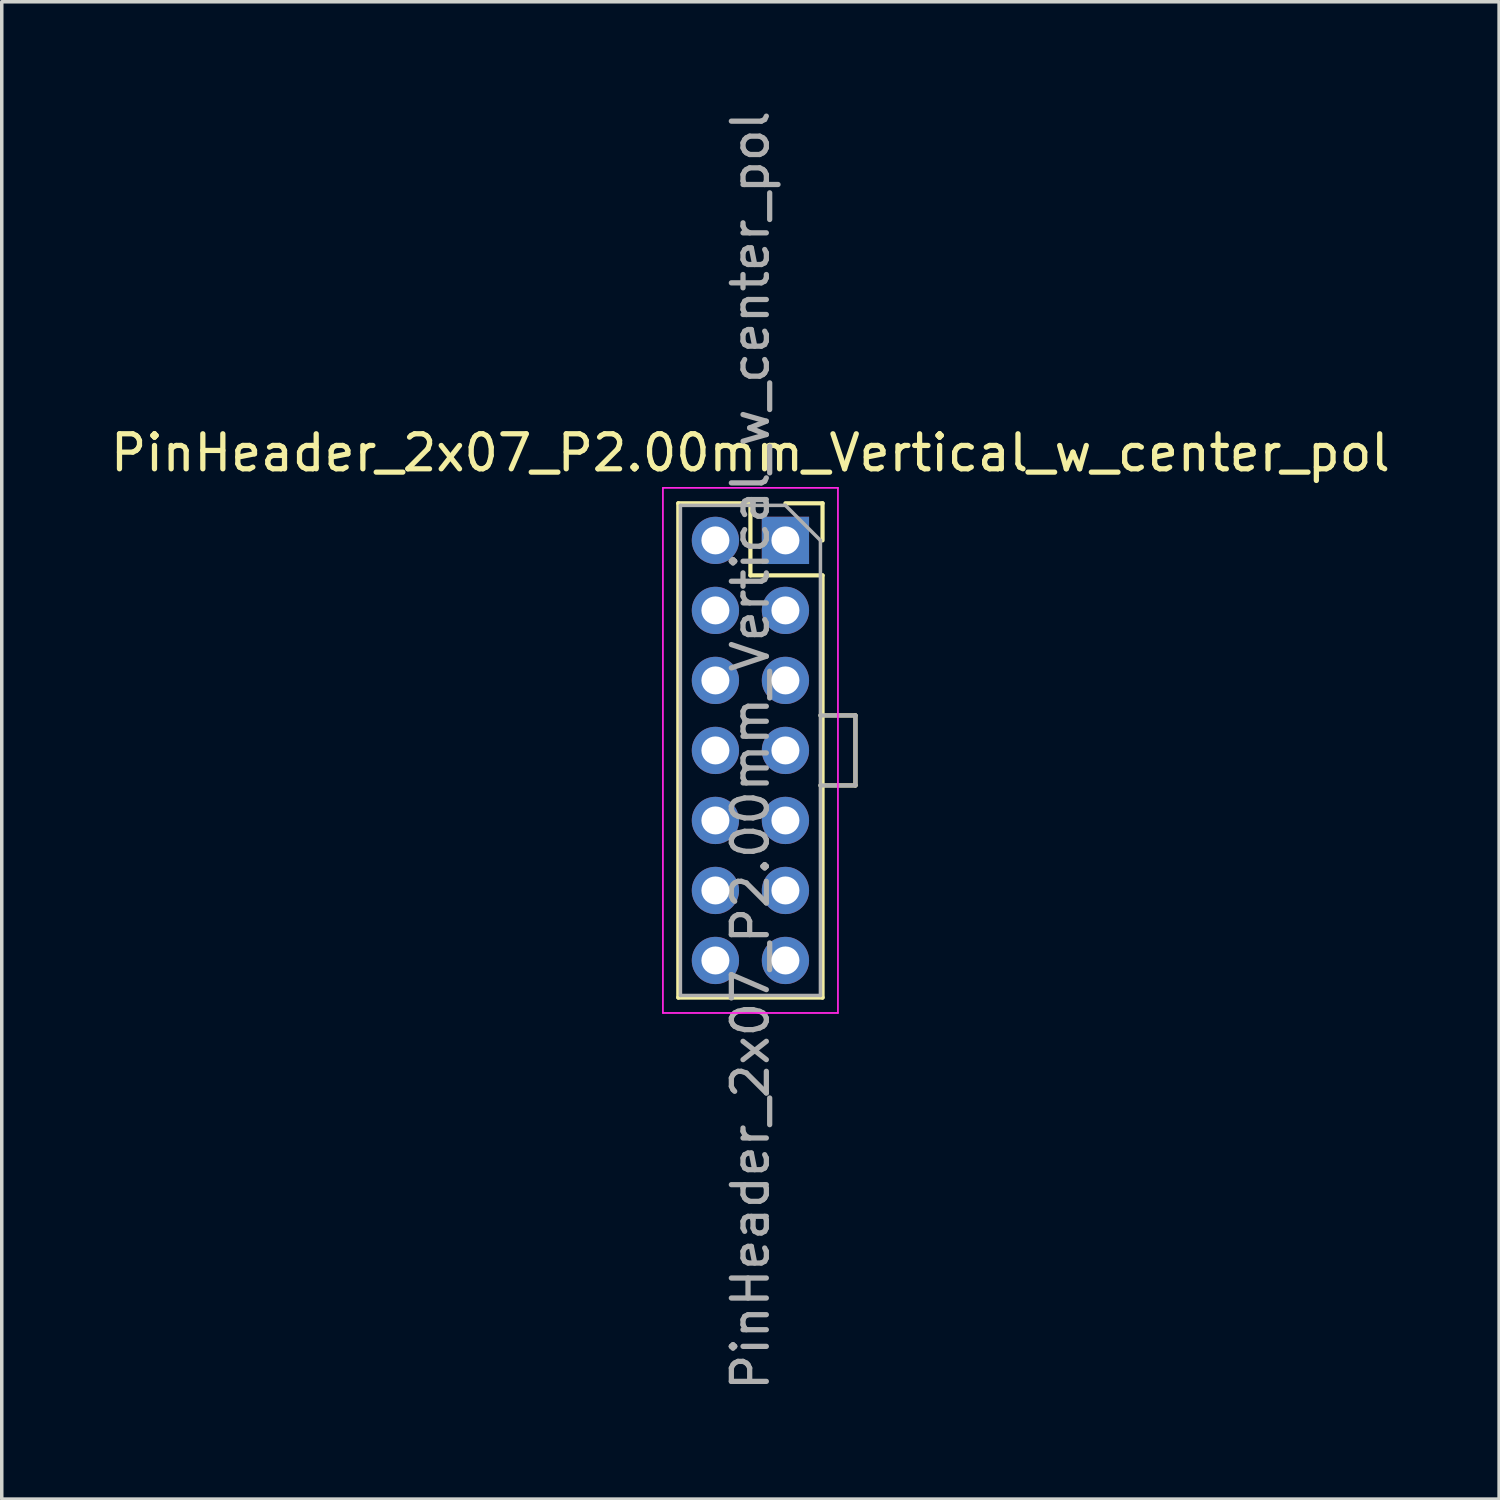
<source format=kicad_pcb>
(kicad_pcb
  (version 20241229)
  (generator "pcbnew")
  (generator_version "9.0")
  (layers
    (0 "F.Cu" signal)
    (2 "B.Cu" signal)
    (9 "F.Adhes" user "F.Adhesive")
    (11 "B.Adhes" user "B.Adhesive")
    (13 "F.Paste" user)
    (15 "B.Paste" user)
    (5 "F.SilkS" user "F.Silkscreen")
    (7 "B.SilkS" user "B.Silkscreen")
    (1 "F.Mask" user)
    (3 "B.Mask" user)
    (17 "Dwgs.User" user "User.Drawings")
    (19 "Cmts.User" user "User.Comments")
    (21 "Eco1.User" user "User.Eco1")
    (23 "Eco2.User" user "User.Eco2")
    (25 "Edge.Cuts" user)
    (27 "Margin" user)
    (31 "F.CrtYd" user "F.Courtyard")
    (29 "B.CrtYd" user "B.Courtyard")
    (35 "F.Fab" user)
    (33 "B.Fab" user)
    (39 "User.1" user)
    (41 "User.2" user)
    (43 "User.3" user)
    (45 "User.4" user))
  (footprint "PinHeader_2x07_P2.00mm_Vertical_w_center_pol"
    (layer "F.Cu")
    (at 19.387 12.387)
    (property "Reference" "PinHeader_2x07_P2.00mm_Vertical_w_center_pol" (at -1 -2.5 0) (layer "F.SilkS") (effects (font (size 1 1) (thickness 0.15))))
    (attr through_hole)
    (fp_line (start -3.06 -1.06) (end -3.06 13.06) (stroke (width 0.12) (type solid)) (layer "F.SilkS"))
    (fp_line (start -3.06 -1.06) (end -1 -1.06) (stroke (width 0.12) (type solid)) (layer "F.SilkS"))
    (fp_line (start -3.06 13.06) (end 1.06 13.06) (stroke (width 0.12) (type solid)) (layer "F.SilkS"))
    (fp_line (start -1 -1.06) (end -1 1) (stroke (width 0.12) (type solid)) (layer "F.SilkS"))
    (fp_line (start -1 1) (end 1.06 1) (stroke (width 0.12) (type solid)) (layer "F.SilkS"))
    (fp_line (start 0 -1.06) (end 1.06 -1.06) (stroke (width 0.12) (type solid)) (layer "F.SilkS"))
    (fp_line (start 1 5) (end 2 5) (stroke (width 0.12) (type solid)) (layer "F.SilkS"))
    (fp_line (start 1.06 -1.06) (end 1.06 0) (stroke (width 0.12) (type solid)) (layer "F.SilkS"))
    (fp_line (start 1.06 1) (end 1.06 13.06) (stroke (width 0.12) (type solid)) (layer "F.SilkS"))
    (fp_line (start 2 5) (end 2 7) (stroke (width 0.12) (type solid)) (layer "F.SilkS"))
    (fp_line (start 2 7) (end 1 7) (stroke (width 0.12) (type solid)) (layer "F.SilkS"))
    (fp_line (start -3.5 -1.5) (end 1.5 -1.5) (stroke (width 0.05) (type solid)) (layer "F.CrtYd"))
    (fp_line (start -3.5 13.5) (end -3.5 -1.5) (stroke (width 0.05) (type solid)) (layer "F.CrtYd"))
    (fp_line (start 1.5 -1.5) (end 1.5 13.5) (stroke (width 0.05) (type solid)) (layer "F.CrtYd"))
    (fp_line (start 1.5 13.5) (end -3.5 13.5) (stroke (width 0.05) (type solid)) (layer "F.CrtYd"))
    (fp_line (start -3 -1) (end 0 -1) (stroke (width 0.1) (type solid)) (layer "F.Fab"))
    (fp_line (start -3 13) (end -3 -1) (stroke (width 0.1) (type solid)) (layer "F.Fab"))
    (fp_line (start 0 -1) (end 1 0) (stroke (width 0.1) (type solid)) (layer "F.Fab"))
    (fp_line (start 1 0) (end 1 13) (stroke (width 0.1) (type solid)) (layer "F.Fab"))
    (fp_line (start 1 5) (end 2 5) (stroke (width 0.12) (type solid)) (layer "F.Fab"))
    (fp_line (start 1 13) (end -3 13) (stroke (width 0.1) (type solid)) (layer "F.Fab"))
    (fp_line (start 2 5) (end 2 7) (stroke (width 0.12) (type solid)) (layer "F.Fab"))
    (fp_line (start 2 7) (end 1 7) (stroke (width 0.12) (type solid)) (layer "F.Fab"))
    (fp_text user "${REFERENCE}" (at -1 6 90) (layer "F.Fab") (effects (font (size 1 1) (thickness 0.15))))
    (pad "1" thru_hole rect (at 0 0) (size 1.35 1.35) (drill 0.8) (layers "*.Cu" "*.Mask"))
    (pad "2" thru_hole oval (at -2 0) (size 1.35 1.35) (drill 0.8) (layers "*.Cu" "*.Mask"))
    (pad "3" thru_hole oval (at 0 2) (size 1.35 1.35) (drill 0.8) (layers "*.Cu" "*.Mask"))
    (pad "4" thru_hole oval (at -2 2) (size 1.35 1.35) (drill 0.8) (layers "*.Cu" "*.Mask"))
    (pad "5" thru_hole oval (at 0 4) (size 1.35 1.35) (drill 0.8) (layers "*.Cu" "*.Mask"))
    (pad "6" thru_hole oval (at -2 4) (size 1.35 1.35) (drill 0.8) (layers "*.Cu" "*.Mask"))
    (pad "7" thru_hole oval (at 0 6) (size 1.35 1.35) (drill 0.8) (layers "*.Cu" "*.Mask"))
    (pad "8" thru_hole oval (at -2 6) (size 1.35 1.35) (drill 0.8) (layers "*.Cu" "*.Mask"))
    (pad "9" thru_hole oval (at 0 8) (size 1.35 1.35) (drill 0.8) (layers "*.Cu" "*.Mask"))
    (pad "10" thru_hole oval (at -2 8) (size 1.35 1.35) (drill 0.8) (layers "*.Cu" "*.Mask"))
    (pad "11" thru_hole oval (at 0 10) (size 1.35 1.35) (drill 0.8) (layers "*.Cu" "*.Mask"))
    (pad "12" thru_hole oval (at -2 10) (size 1.35 1.35) (drill 0.8) (layers "*.Cu" "*.Mask"))
    (pad "13" thru_hole oval (at 0 12) (size 1.35 1.35) (drill 0.8) (layers "*.Cu" "*.Mask"))
    (pad "14" thru_hole oval (at -2 12) (size 1.35 1.35) (drill 0.8) (layers "*.Cu" "*.Mask")))
  (gr_rect
    (start -3 -3)
    (end 39.774 39.774)
    (stroke (width 0.1) (type default))
    (fill no)
    (layer "Edge.Cuts")))
</source>
